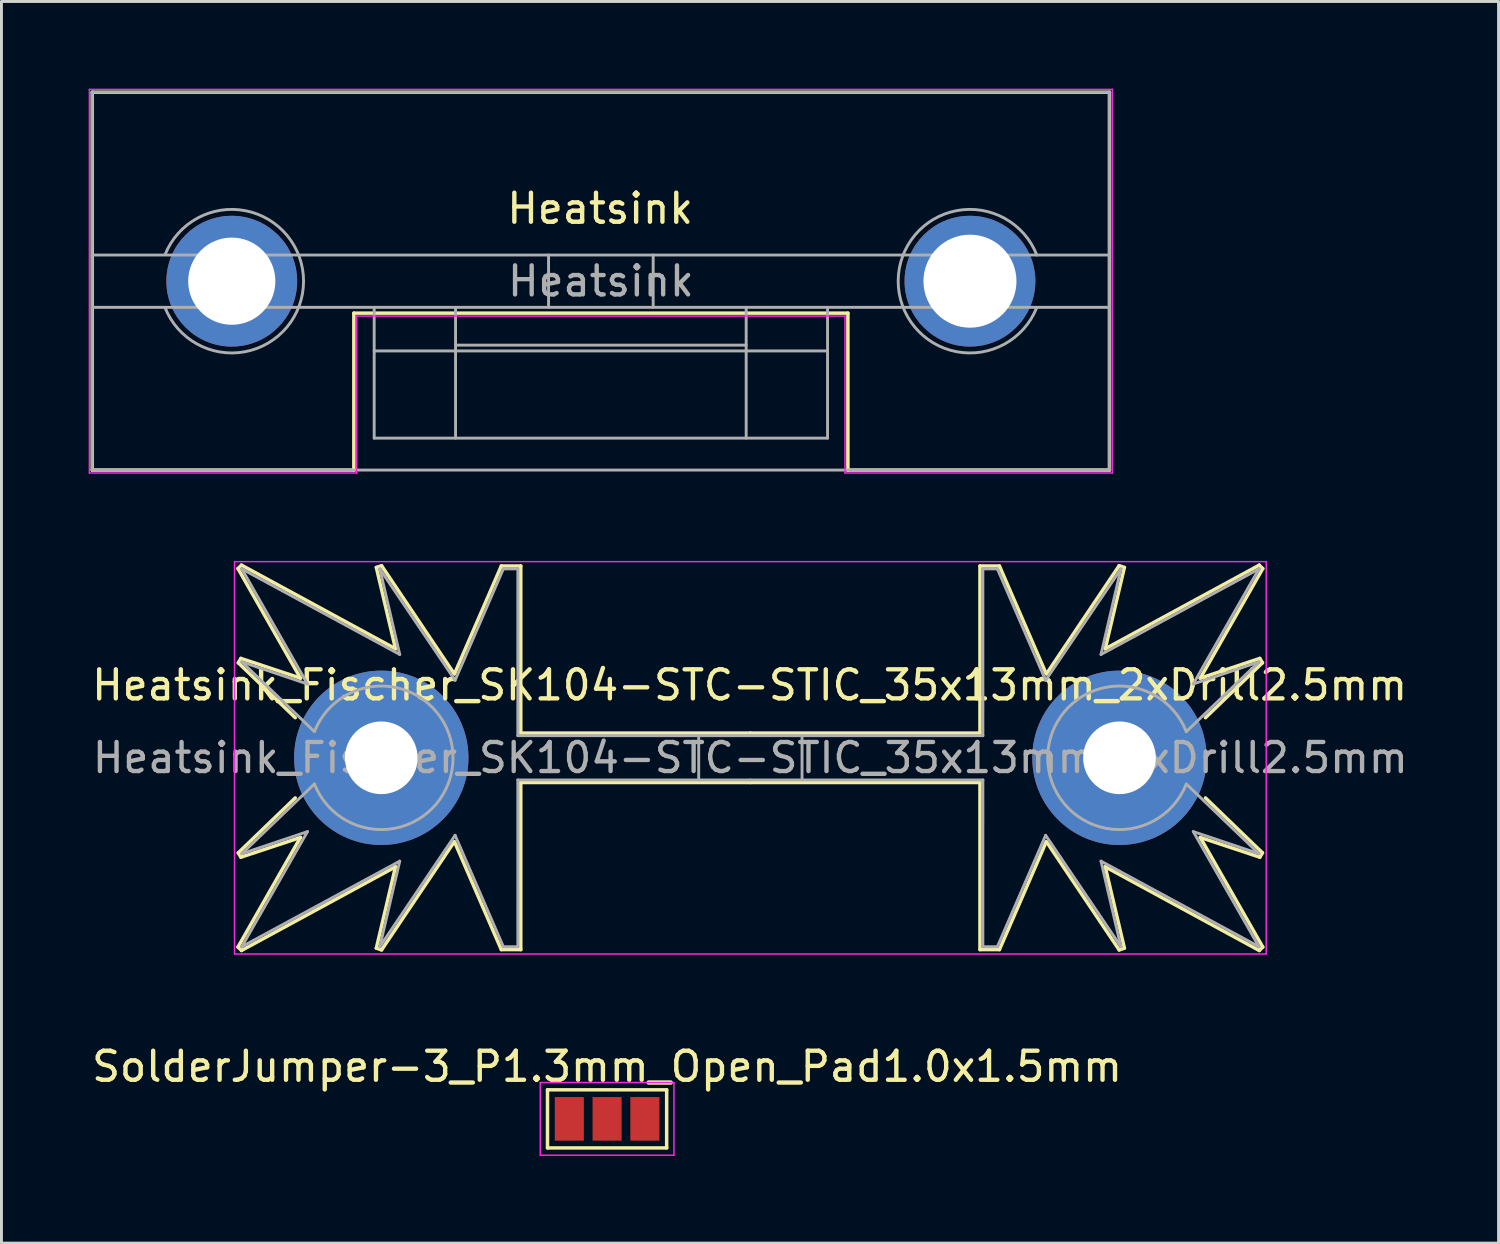
<source format=kicad_pcb>
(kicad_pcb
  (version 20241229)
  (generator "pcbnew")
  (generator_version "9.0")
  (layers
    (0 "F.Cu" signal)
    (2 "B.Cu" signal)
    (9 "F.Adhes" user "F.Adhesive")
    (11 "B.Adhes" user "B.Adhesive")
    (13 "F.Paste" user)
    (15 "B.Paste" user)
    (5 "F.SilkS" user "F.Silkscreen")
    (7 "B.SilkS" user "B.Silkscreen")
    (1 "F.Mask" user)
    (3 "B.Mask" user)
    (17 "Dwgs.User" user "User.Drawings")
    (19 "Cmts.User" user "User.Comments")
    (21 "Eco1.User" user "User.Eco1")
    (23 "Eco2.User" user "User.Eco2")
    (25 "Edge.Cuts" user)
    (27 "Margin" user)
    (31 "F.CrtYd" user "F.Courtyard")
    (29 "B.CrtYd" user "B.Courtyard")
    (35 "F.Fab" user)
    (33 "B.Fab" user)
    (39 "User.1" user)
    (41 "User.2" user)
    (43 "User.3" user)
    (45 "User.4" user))
  (footprint "SolderJumper-3_P1.3mm_Open_Pad1.0x1.5mm"
    (layer "F.Cu")
    (at 17.839 35.448)
    (property "Reference" "SolderJumper-3_P1.3mm_Open_Pad1.0x1.5mm" (at 0 -1.8 0) (layer "F.SilkS") (effects (font (size 1 1) (thickness 0.15))))
    (attr exclude_from_pos_files exclude_from_bom)
    (fp_line (start -2.05 -1) (end 2.05 -1) (stroke (width 0.12) (type solid)) (layer "F.SilkS"))
    (fp_line (start -2.05 1) (end -2.05 -1) (stroke (width 0.12) (type solid)) (layer "F.SilkS"))
    (fp_line (start 2.05 -1) (end 2.05 1) (stroke (width 0.12) (type solid)) (layer "F.SilkS"))
    (fp_line (start 2.05 1) (end -2.05 1) (stroke (width 0.12) (type solid)) (layer "F.SilkS"))
    (fp_line (start -2.3 -1.25) (end -2.3 1.25) (stroke (width 0.05) (type solid)) (layer "F.CrtYd"))
    (fp_line (start -2.3 -1.25) (end 2.3 -1.25) (stroke (width 0.05) (type solid)) (layer "F.CrtYd"))
    (fp_line (start 2.3 1.25) (end -2.3 1.25) (stroke (width 0.05) (type solid)) (layer "F.CrtYd"))
    (fp_line (start 2.3 1.25) (end 2.3 -1.25) (stroke (width 0.05) (type solid)) (layer "F.CrtYd"))
    (pad "1" smd rect (at -1.3 0) (size 1 1.5) (layers "F.Cu" "F.Mask"))
    (pad "2" smd rect (at 0 0) (size 1 1.5) (layers "F.Cu" "F.Mask"))
    (pad "3" smd rect (at 1.3 0) (size 1 1.5) (layers "F.Cu" "F.Mask")))
  (footprint "Heatsink"
    (layer "F.Cu")
    (at 17.625 6.625)
    (property "Reference" "Heatsink" (at -0.025 -2.5 0) (layer "F.SilkS") (effects (font (size 1 1) (thickness 0.15))))
    (attr through_hole)
    (fp_line (start -17.5 -6.5) (end -17.5 6.5) (stroke (width 0.12) (type default)) (layer "F.SilkS"))
    (fp_line (start -8.5 1.1) (end 8.5 1.1) (stroke (width 0.12) (type solid)) (layer "F.SilkS"))
    (fp_line (start -8.5 6.5) (end -17.5 6.5) (stroke (width 0.12) (type default)) (layer "F.SilkS"))
    (fp_line (start -8.5 6.5) (end -8.5 1.1) (stroke (width 0.12) (type default)) (layer "F.SilkS"))
    (fp_line (start 8.5 1.1) (end 8.5 6.5) (stroke (width 0.12) (type default)) (layer "F.SilkS"))
    (fp_line (start 17.5 -6.5) (end -17.5 -6.5) (stroke (width 0.12) (type default)) (layer "F.SilkS"))
    (fp_line (start 17.5 6.5) (end 8.5 6.5) (stroke (width 0.12) (type default)) (layer "F.SilkS"))
    (fp_line (start 17.5 6.5) (end 17.5 -6.5) (stroke (width 0.12) (type default)) (layer "F.SilkS"))
    (fp_line (start -17.6 -6.6) (end -17.6 6.6) (stroke (width 0.05) (type solid)) (layer "F.CrtYd"))
    (fp_line (start -17.6 -6.6) (end 17.6 -6.6) (stroke (width 0.05) (type solid)) (layer "F.CrtYd"))
    (fp_line (start -8.4 6.6) (end -17.6 6.6) (stroke (width 0.05) (type solid)) (layer "F.CrtYd"))
    (fp_line (start -8.4 6.6) (end -8.4 1.2) (stroke (width 0.05) (type default)) (layer "F.CrtYd"))
    (fp_line (start 8.4 1.2) (end -8.4 1.2) (stroke (width 0.05) (type default)) (layer "F.CrtYd"))
    (fp_line (start 8.4 6.6) (end 8.4 1.2) (stroke (width 0.05) (type default)) (layer "F.CrtYd"))
    (fp_line (start 17.6 6.6) (end 8.4 6.6) (stroke (width 0.05) (type solid)) (layer "F.CrtYd"))
    (fp_line (start 17.6 6.6) (end 17.6 -6.6) (stroke (width 0.05) (type solid)) (layer "F.CrtYd"))
    (fp_line (start -17.5 -6.5) (end -17.5 6.5) (stroke (width 0.1) (type default)) (layer "F.Fab"))
    (fp_line (start -17.5 -0.9) (end 17.5 -0.9) (stroke (width 0.1) (type solid)) (layer "F.Fab"))
    (fp_line (start -17.5 0.9) (end 17.5 0.9) (stroke (width 0.1) (type solid)) (layer "F.Fab"))
    (fp_line (start -17.5 6.5) (end 17.5 6.5) (stroke (width 0.1) (type default)) (layer "F.Fab"))
    (fp_line (start -7.8 5.4) (end -7.8 0.9) (stroke (width 0.1) (type default)) (layer "F.Fab"))
    (fp_line (start -5 0.9) (end -5 5.4) (stroke (width 0.1) (type default)) (layer "F.Fab"))
    (fp_line (start -1.8 0.9) (end -1.8 -0.9) (stroke (width 0.1) (type solid)) (layer "F.Fab"))
    (fp_line (start 1.8 -0.9) (end 1.8 0.9) (stroke (width 0.1) (type solid)) (layer "F.Fab"))
    (fp_line (start 5 0.9) (end 5 5.4) (stroke (width 0.1) (type default)) (layer "F.Fab"))
    (fp_line (start 5 2.2) (end -5 2.2) (stroke (width 0.1) (type default)) (layer "F.Fab"))
    (fp_line (start 7.8 0.9) (end 7.8 5.4) (stroke (width 0.1) (type default)) (layer "F.Fab"))
    (fp_line (start 7.8 2.4) (end -7.8 2.4) (stroke (width 0.1) (type default)) (layer "F.Fab"))
    (fp_line (start 7.8 5.4) (end -7.8 5.4) (stroke (width 0.1) (type default)) (layer "F.Fab"))
    (fp_line (start 17.5 -6.5) (end -17.5 -6.5) (stroke (width 0.1) (type default)) (layer "F.Fab"))
    (fp_line (start 17.5 6.5) (end 17.5 -6.5) (stroke (width 0.1) (type default)) (layer "F.Fab"))
    (fp_arc (start -14.99272 -0.918387) (mid -10.230202 0.009888) (end -15 0.9) (stroke (width 0.1) (type solid)) (layer "F.Fab"))
    (fp_arc (start 14.99272 0.918387) (mid 10.230202 -0.009888) (end 15 -0.9) (stroke (width 0.1) (type solid)) (layer "F.Fab"))
    (fp_text user "${REFERENCE}" (at 0 0 0) (layer "F.Fab") (effects (font (size 1 1) (thickness 0.15))))
    (pad "1" thru_hole circle (at -12.7 0 180) (size 4.5 4.5) (drill 3) (layers "*.Cu" "*.Mask"))
    (pad "1" thru_hole circle (at 12.7 0) (size 4.5 4.5) (drill 3.2) (layers "*.Cu" "*.Mask")))
  (footprint "Heatsink_Fischer_SK104-STC-STIC_35x13mm_2xDrill2.5mm"
    (layer "F.Cu")
    (at 22.769 23.025)
    (property "Reference" "Heatsink_Fischer_SK104-STC-STIC_35x13mm_2xDrill2.5mm" (at -0.025 -2.5 0) (layer "F.SilkS") (effects (font (size 1 1) (thickness 0.15))))
    (attr through_hole)
    (fp_line (start -17.63 -6.51) (end -15.48 -2.74) (stroke (width 0.12) (type solid)) (layer "F.SilkS"))
    (fp_line (start -17.63 6.51) (end -15.48 2.74) (stroke (width 0.12) (type solid)) (layer "F.SilkS"))
    (fp_line (start -17.62 -3.27) (end -15.66 -1.38) (stroke (width 0.12) (type solid)) (layer "F.SilkS"))
    (fp_line (start -17.62 3.27) (end -15.66 1.38) (stroke (width 0.12) (type solid)) (layer "F.SilkS"))
    (fp_line (start -17.53 -3.42) (end -17.62 -3.27) (stroke (width 0.12) (type solid)) (layer "F.SilkS"))
    (fp_line (start -17.53 3.42) (end -17.62 3.27) (stroke (width 0.12) (type solid)) (layer "F.SilkS"))
    (fp_line (start -17.51 -6.63) (end -17.63 -6.51) (stroke (width 0.12) (type solid)) (layer "F.SilkS"))
    (fp_line (start -17.51 6.63) (end -17.63 6.51) (stroke (width 0.12) (type solid)) (layer "F.SilkS"))
    (fp_line (start -15.48 -2.74) (end -17.53 -3.42) (stroke (width 0.12) (type solid)) (layer "F.SilkS"))
    (fp_line (start -15.48 2.74) (end -17.53 3.42) (stroke (width 0.12) (type solid)) (layer "F.SilkS"))
    (fp_line (start -12.87 -6.55) (end -12.21 -3.75) (stroke (width 0.12) (type solid)) (layer "F.SilkS"))
    (fp_line (start -12.87 6.55) (end -12.21 3.75) (stroke (width 0.12) (type solid)) (layer "F.SilkS"))
    (fp_line (start -12.69 -6.61) (end -12.87 -6.55) (stroke (width 0.12) (type solid)) (layer "F.SilkS"))
    (fp_line (start -12.69 6.61) (end -12.87 6.55) (stroke (width 0.12) (type solid)) (layer "F.SilkS"))
    (fp_line (start -12.21 -3.75) (end -17.51 -6.63) (stroke (width 0.12) (type solid)) (layer "F.SilkS"))
    (fp_line (start -12.21 3.75) (end -17.51 6.63) (stroke (width 0.12) (type solid)) (layer "F.SilkS"))
    (fp_line (start -10.19 -2.89) (end -12.69 -6.61) (stroke (width 0.12) (type solid)) (layer "F.SilkS"))
    (fp_line (start -10.19 2.89) (end -12.69 6.61) (stroke (width 0.12) (type solid)) (layer "F.SilkS"))
    (fp_line (start -8.57 -6.6) (end -10.18 -2.89) (stroke (width 0.12) (type solid)) (layer "F.SilkS"))
    (fp_line (start -8.57 6.6) (end -10.18 2.89) (stroke (width 0.12) (type solid)) (layer "F.SilkS"))
    (fp_line (start -7.9 -6.6) (end -8.57 -6.6) (stroke (width 0.12) (type solid)) (layer "F.SilkS"))
    (fp_line (start -7.9 -0.85) (end -7.9 -6.6) (stroke (width 0.12) (type solid)) (layer "F.SilkS"))
    (fp_line (start -7.9 0.85) (end -7.9 6.6) (stroke (width 0.12) (type solid)) (layer "F.SilkS"))
    (fp_line (start -7.9 6.6) (end -8.57 6.6) (stroke (width 0.12) (type solid)) (layer "F.SilkS"))
    (fp_line (start 0 -0.85) (end -7.9 -0.85) (stroke (width 0.12) (type solid)) (layer "F.SilkS"))
    (fp_line (start 0 -0.85) (end 7.9 -0.85) (stroke (width 0.12) (type solid)) (layer "F.SilkS"))
    (fp_line (start 0 0.85) (end -7.9 0.85) (stroke (width 0.12) (type solid)) (layer "F.SilkS"))
    (fp_line (start 0 0.85) (end 7.9 0.85) (stroke (width 0.12) (type solid)) (layer "F.SilkS"))
    (fp_line (start 7.9 -6.6) (end 8.57 -6.6) (stroke (width 0.12) (type solid)) (layer "F.SilkS"))
    (fp_line (start 7.9 -0.85) (end 7.9 -6.6) (stroke (width 0.12) (type solid)) (layer "F.SilkS"))
    (fp_line (start 7.9 0.85) (end 7.9 6.6) (stroke (width 0.12) (type solid)) (layer "F.SilkS"))
    (fp_line (start 7.9 6.6) (end 8.57 6.6) (stroke (width 0.12) (type solid)) (layer "F.SilkS"))
    (fp_line (start 8.57 -6.6) (end 10.18 -2.89) (stroke (width 0.12) (type solid)) (layer "F.SilkS"))
    (fp_line (start 8.57 6.6) (end 10.18 2.89) (stroke (width 0.12) (type solid)) (layer "F.SilkS"))
    (fp_line (start 10.19 -2.89) (end 12.69 -6.61) (stroke (width 0.12) (type solid)) (layer "F.SilkS"))
    (fp_line (start 10.19 2.89) (end 12.69 6.61) (stroke (width 0.12) (type solid)) (layer "F.SilkS"))
    (fp_line (start 12.21 -3.75) (end 17.51 -6.63) (stroke (width 0.12) (type solid)) (layer "F.SilkS"))
    (fp_line (start 12.21 3.75) (end 17.51 6.63) (stroke (width 0.12) (type solid)) (layer "F.SilkS"))
    (fp_line (start 12.69 -6.61) (end 12.87 -6.55) (stroke (width 0.12) (type solid)) (layer "F.SilkS"))
    (fp_line (start 12.69 6.61) (end 12.87 6.55) (stroke (width 0.12) (type solid)) (layer "F.SilkS"))
    (fp_line (start 12.87 -6.55) (end 12.21 -3.75) (stroke (width 0.12) (type solid)) (layer "F.SilkS"))
    (fp_line (start 12.87 6.55) (end 12.21 3.75) (stroke (width 0.12) (type solid)) (layer "F.SilkS"))
    (fp_line (start 15.48 -2.74) (end 17.53 -3.42) (stroke (width 0.12) (type solid)) (layer "F.SilkS"))
    (fp_line (start 15.48 2.74) (end 17.53 3.42) (stroke (width 0.12) (type solid)) (layer "F.SilkS"))
    (fp_line (start 17.51 -6.63) (end 17.63 -6.51) (stroke (width 0.12) (type solid)) (layer "F.SilkS"))
    (fp_line (start 17.51 6.63) (end 17.63 6.51) (stroke (width 0.12) (type solid)) (layer "F.SilkS"))
    (fp_line (start 17.53 -3.42) (end 17.62 -3.27) (stroke (width 0.12) (type solid)) (layer "F.SilkS"))
    (fp_line (start 17.53 3.42) (end 17.62 3.27) (stroke (width 0.12) (type solid)) (layer "F.SilkS"))
    (fp_line (start 17.62 -3.27) (end 15.66 -1.38) (stroke (width 0.12) (type solid)) (layer "F.SilkS"))
    (fp_line (start 17.62 3.27) (end 15.66 1.38) (stroke (width 0.12) (type solid)) (layer "F.SilkS"))
    (fp_line (start 17.63 -6.51) (end 15.48 -2.74) (stroke (width 0.12) (type solid)) (layer "F.SilkS"))
    (fp_line (start 17.63 6.51) (end 15.48 2.74) (stroke (width 0.12) (type solid)) (layer "F.SilkS"))
    (fp_line (start -17.75 -6.75) (end -17.75 6.75) (stroke (width 0.05) (type solid)) (layer "F.CrtYd"))
    (fp_line (start -17.75 -6.75) (end 17.75 -6.75) (stroke (width 0.05) (type solid)) (layer "F.CrtYd"))
    (fp_line (start 17.75 6.75) (end -17.75 6.75) (stroke (width 0.05) (type solid)) (layer "F.CrtYd"))
    (fp_line (start 17.75 6.75) (end 17.75 -6.75) (stroke (width 0.05) (type solid)) (layer "F.CrtYd"))
    (fp_line (start -17.5 -6.5) (end -15.24 -2.54) (stroke (width 0.1) (type solid)) (layer "F.Fab"))
    (fp_line (start -17.5 -6.5) (end -12.065 -3.556) (stroke (width 0.1) (type solid)) (layer "F.Fab"))
    (fp_line (start -17.5 -3.3) (end -15 -0.9) (stroke (width 0.1) (type solid)) (layer "F.Fab"))
    (fp_line (start -17.5 3.3) (end -15 0.9) (stroke (width 0.1) (type solid)) (layer "F.Fab"))
    (fp_line (start -17.5 6.5) (end -15.24 2.54) (stroke (width 0.1) (type solid)) (layer "F.Fab"))
    (fp_line (start -17.5 6.5) (end -12.065 3.556) (stroke (width 0.1) (type solid)) (layer "F.Fab"))
    (fp_line (start -15.24 -2.54) (end -17.5 -3.3) (stroke (width 0.1) (type solid)) (layer "F.Fab"))
    (fp_line (start -15.24 2.54) (end -17.5 3.3) (stroke (width 0.1) (type solid)) (layer "F.Fab"))
    (fp_line (start -12.065 -3.556) (end -12.75 -6.5) (stroke (width 0.1) (type solid)) (layer "F.Fab"))
    (fp_line (start -12.065 3.556) (end -12.75 6.5) (stroke (width 0.1) (type solid)) (layer "F.Fab"))
    (fp_line (start -10.16 -2.667) (end -12.75 -6.5) (stroke (width 0.1) (type solid)) (layer "F.Fab"))
    (fp_line (start -10.16 2.667) (end -12.75 6.5) (stroke (width 0.1) (type solid)) (layer "F.Fab"))
    (fp_line (start -8.5 -6.5) (end -10.16 -2.667) (stroke (width 0.1) (type solid)) (layer "F.Fab"))
    (fp_line (start -8.5 6.5) (end -10.16 2.667) (stroke (width 0.1) (type solid)) (layer "F.Fab"))
    (fp_line (start -8.001 -0.762) (end -8 -6.5) (stroke (width 0.1) (type solid)) (layer "F.Fab"))
    (fp_line (start -8.001 0.762) (end -8 6.5) (stroke (width 0.1) (type solid)) (layer "F.Fab"))
    (fp_line (start -8 -6.5) (end -8.5 -6.5) (stroke (width 0.1) (type solid)) (layer "F.Fab"))
    (fp_line (start -8 6.5) (end -8.5 6.5) (stroke (width 0.1) (type solid)) (layer "F.Fab"))
    (fp_line (start -1.778 0.762) (end -1.778 -0.762) (stroke (width 0.1) (type solid)) (layer "F.Fab"))
    (fp_line (start 0 -0.762) (end -8.001 -0.762) (stroke (width 0.1) (type solid)) (layer "F.Fab"))
    (fp_line (start 0 -0.762) (end 8.001 -0.762) (stroke (width 0.1) (type solid)) (layer "F.Fab"))
    (fp_line (start 0 0.762) (end -8.001 0.762) (stroke (width 0.1) (type solid)) (layer "F.Fab"))
    (fp_line (start 0 0.762) (end 8.001 0.762) (stroke (width 0.1) (type solid)) (layer "F.Fab"))
    (fp_line (start 1.778 -0.762) (end 1.778 0.762) (stroke (width 0.1) (type solid)) (layer "F.Fab"))
    (fp_line (start 8 -6.5) (end 8.5 -6.5) (stroke (width 0.1) (type solid)) (layer "F.Fab"))
    (fp_line (start 8 6.5) (end 8.5 6.5) (stroke (width 0.1) (type solid)) (layer "F.Fab"))
    (fp_line (start 8.001 -0.762) (end 8 -6.5) (stroke (width 0.1) (type solid)) (layer "F.Fab"))
    (fp_line (start 8.001 0.762) (end 8 6.5) (stroke (width 0.1) (type solid)) (layer "F.Fab"))
    (fp_line (start 8.5 -6.5) (end 10.16 -2.667) (stroke (width 0.1) (type solid)) (layer "F.Fab"))
    (fp_line (start 8.5 6.5) (end 10.16 2.667) (stroke (width 0.1) (type solid)) (layer "F.Fab"))
    (fp_line (start 10.16 -2.667) (end 12.75 -6.5) (stroke (width 0.1) (type solid)) (layer "F.Fab"))
    (fp_line (start 10.16 2.667) (end 12.75 6.5) (stroke (width 0.1) (type solid)) (layer "F.Fab"))
    (fp_line (start 12.065 -3.556) (end 12.75 -6.5) (stroke (width 0.1) (type solid)) (layer "F.Fab"))
    (fp_line (start 12.065 3.556) (end 12.75 6.5) (stroke (width 0.1) (type solid)) (layer "F.Fab"))
    (fp_line (start 15.24 -2.54) (end 17.5 -3.3) (stroke (width 0.1) (type solid)) (layer "F.Fab"))
    (fp_line (start 15.24 2.54) (end 17.5 3.3) (stroke (width 0.1) (type solid)) (layer "F.Fab"))
    (fp_line (start 17.5 -6.5) (end 12.065 -3.556) (stroke (width 0.1) (type solid)) (layer "F.Fab"))
    (fp_line (start 17.5 -6.5) (end 15.24 -2.54) (stroke (width 0.1) (type solid)) (layer "F.Fab"))
    (fp_line (start 17.5 -3.3) (end 15 -0.9) (stroke (width 0.1) (type solid)) (layer "F.Fab"))
    (fp_line (start 17.5 3.3) (end 15 0.9) (stroke (width 0.1) (type solid)) (layer "F.Fab"))
    (fp_line (start 17.5 6.5) (end 12.065 3.556) (stroke (width 0.1) (type solid)) (layer "F.Fab"))
    (fp_line (start 17.5 6.5) (end 15.24 2.54) (stroke (width 0.1) (type solid)) (layer "F.Fab"))
    (fp_arc (start -14.99272 -0.918387) (mid -10.230202 0.009888) (end -15 0.9) (stroke (width 0.1) (type solid)) (layer "F.Fab"))
    (fp_arc (start 14.99272 0.918387) (mid 10.230202 -0.009888) (end 15 -0.9) (stroke (width 0.1) (type solid)) (layer "F.Fab"))
    (fp_text user "${REFERENCE}" (at 0 0 0) (layer "F.Fab") (effects (font (size 1 1) (thickness 0.15))))
    (pad "1" thru_hole circle (at -12.7 0 180) (size 6 6) (drill 2.5) (layers "*.Cu" "*.Mask"))
    (pad "1" thru_hole circle (at 12.7 0) (size 6 6) (drill 2.5) (layers "*.Cu" "*.Mask")))
  (gr_rect
    (start -3 -3)
    (end 48.513 39.723)
    (stroke (width 0.1) (type default))
    (fill no)
    (layer "Edge.Cuts")))
</source>
